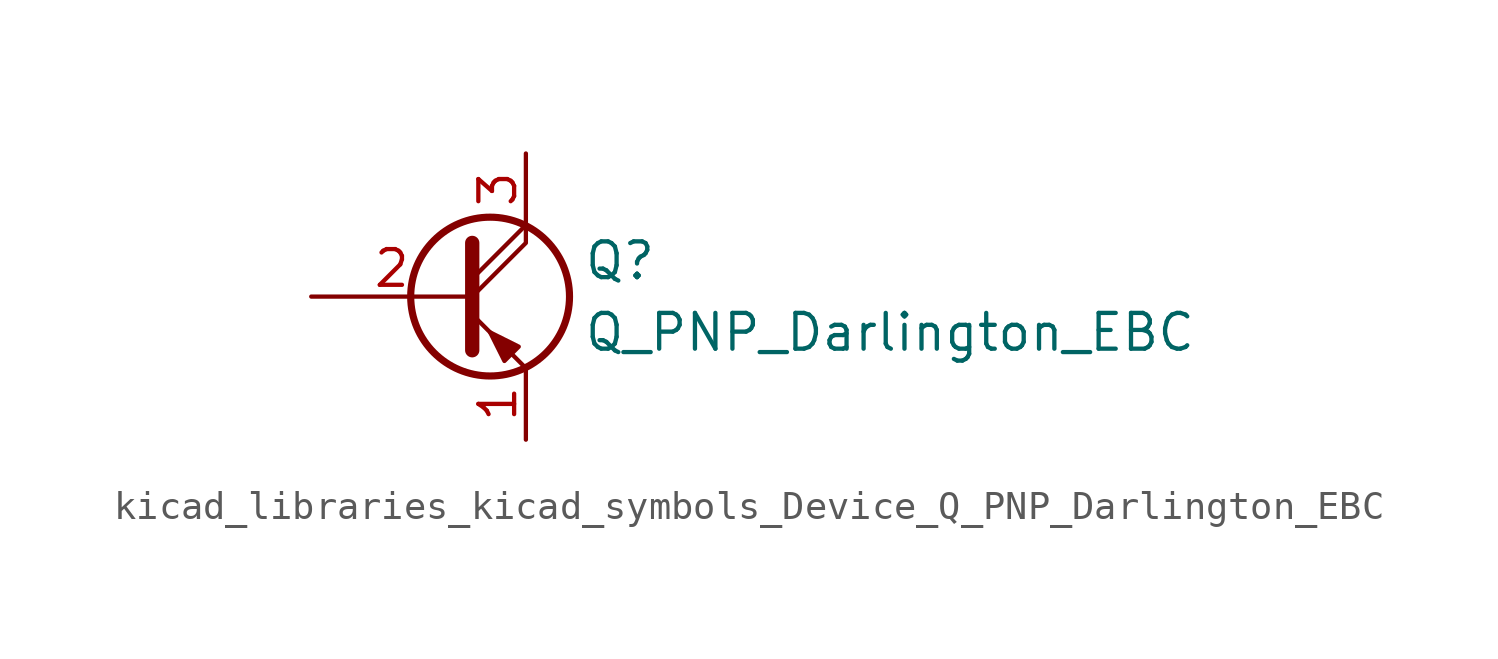
<source format=kicad_sym>
(kicad_symbol_lib
  (version 20220914)
  (generator kicad_symbol_editor)
  (symbol "kicad_libraries_kicad_symbols_Device_Q_PNP_Darlington_EBC"
    (pin_names
      (offset 0) hide)
    (property "Reference" "Q"
      (at 4.572 1.27 0)
      (effects (font (size 1.27 1.27)) (justify left)))
    (property "Value" "Q_PNP_Darlington_EBC"
      (at 4.572 -1.27 0)
      (effects (font (size 1.27 1.27)) (justify left)))
    (symbol "kicad_libraries_kicad_symbols_Device_Q_PNP_Darlington_EBC_0_1"
      (polyline (pts (xy 0.635 0.635) (xy 2.54 2.54)) (stroke (width 0) (type default)) (fill (type none)))
      (polyline (pts (xy 0.635 -0.635) (xy 2.54 -2.54) (xy 2.54 -2.54)) (stroke (width 0) (type default)) (fill (type none)))
      (polyline (pts (xy 0.635 0) (xy 2.54 1.905) (xy 2.54 2.54)) (stroke (width 0) (type default)) (fill (type none)))
      (polyline (pts (xy 0.635 1.905) (xy 0.635 -1.905) (xy 0.635 -1.905)) (stroke (width 0.508) (type default)) (fill (type none)))
      (polyline (pts (xy 2.286 -1.778) (xy 1.778 -2.286) (xy 1.27 -1.27) (xy 2.286 -1.778) (xy 2.286 -1.778)) (stroke (width 0) (type default)) (fill (type outline)))
      (circle (center 1.27 0) (radius 2.819) (stroke (width 0.254) (type default)) (fill (type none))))
    (symbol "kicad_libraries_kicad_symbols_Device_Q_PNP_Darlington_EBC_1_1"
      (pin passive line (at 2.54 -5.08 90) (length 2.54) (name "E" (effects (font (size 1.27 1.27)))) (number "1" (effects (font (size 1.27 1.27)))))
      (pin input line (at -5.08 0 0) (length 5.715) (name "B" (effects (font (size 1.27 1.27)))) (number "2" (effects (font (size 1.27 1.27)))))
      (pin passive line (at 2.54 5.08 270) (length 2.54) (name "C" (effects (font (size 1.27 1.27)))) (number "3" (effects (font (size 1.27 1.27))))))))
</source>
